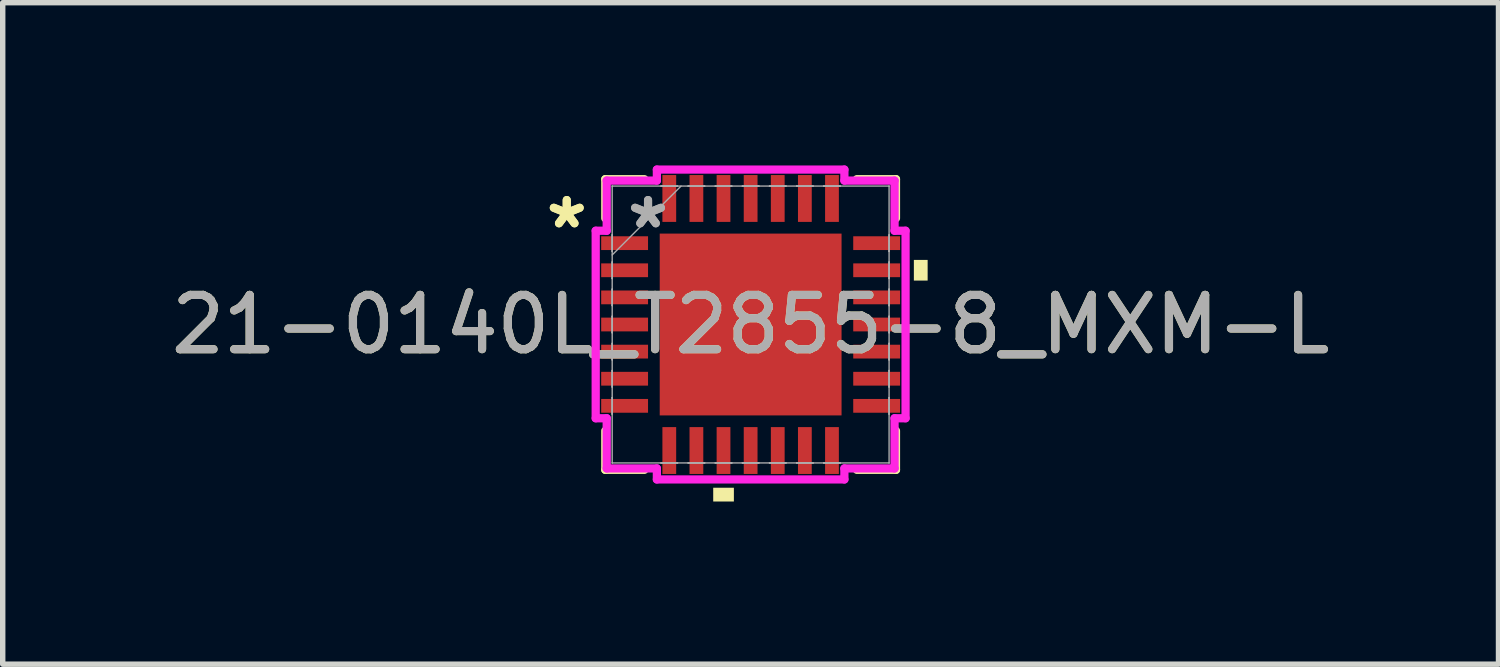
<source format=kicad_pcb>
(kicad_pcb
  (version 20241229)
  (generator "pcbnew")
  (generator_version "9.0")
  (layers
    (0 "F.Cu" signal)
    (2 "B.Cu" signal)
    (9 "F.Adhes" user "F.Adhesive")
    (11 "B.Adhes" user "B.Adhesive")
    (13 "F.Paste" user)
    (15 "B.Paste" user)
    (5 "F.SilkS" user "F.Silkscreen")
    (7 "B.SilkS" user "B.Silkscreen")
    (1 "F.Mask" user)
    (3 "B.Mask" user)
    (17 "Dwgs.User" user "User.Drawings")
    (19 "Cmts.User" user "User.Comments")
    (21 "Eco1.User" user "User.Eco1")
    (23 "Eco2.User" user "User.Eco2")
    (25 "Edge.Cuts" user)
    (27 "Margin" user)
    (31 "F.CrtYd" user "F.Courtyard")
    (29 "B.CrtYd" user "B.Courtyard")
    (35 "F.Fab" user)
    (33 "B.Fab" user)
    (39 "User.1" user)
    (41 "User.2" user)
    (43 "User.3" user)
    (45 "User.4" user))
  (footprint "21-0140L_T2855-8_MXM-L"
    (layer "F.Cu")
    (at 10.792 2.934)
    (property "Reference" "21-0140L_T2855-8_MXM-L" (at 0 0 0) (unlocked yes) (layer "F.SilkS") (effects (font (size 1 1) (thickness 0.15))))
    (attr smd)
    (fp_line (start -2.68 -2.68) (end -2.68 -1.96) (stroke (width 0.152) (type solid)) (layer "F.SilkS"))
    (fp_line (start -2.68 1.96) (end -2.68 2.68) (stroke (width 0.152) (type solid)) (layer "F.SilkS"))
    (fp_line (start -2.68 2.68) (end -1.96 2.68) (stroke (width 0.152) (type solid)) (layer "F.SilkS"))
    (fp_line (start -1.96 -2.68) (end -2.68 -2.68) (stroke (width 0.152) (type solid)) (layer "F.SilkS"))
    (fp_line (start 1.96 2.68) (end 2.68 2.68) (stroke (width 0.152) (type solid)) (layer "F.SilkS"))
    (fp_line (start 2.68 -2.68) (end 1.96 -2.68) (stroke (width 0.152) (type solid)) (layer "F.SilkS"))
    (fp_line (start 2.68 -1.96) (end 2.68 -2.68) (stroke (width 0.152) (type solid)) (layer "F.SilkS"))
    (fp_line (start 2.68 2.68) (end 2.68 1.96) (stroke (width 0.152) (type solid)) (layer "F.SilkS"))
    (fp_poly (pts (xy -0.69 3.01) (xy -0.69 3.264) (xy -0.309 3.264) (xy -0.309 3.01)) (stroke (width 0) (type solid)) (fill yes) (layer "F.SilkS"))
    (fp_poly (pts (xy 3.264 -1.191) (xy 3.264 -0.81) (xy 3.01 -0.81) (xy 3.01 -1.191)) (stroke (width 0) (type solid)) (fill yes) (layer "F.SilkS"))
    (fp_poly (pts (xy -1.576 -1.576) (xy -1.576 -0.1) (xy -0.1 -0.1) (xy -0.1 -1.576)) (stroke (width 0) (type solid)) (fill yes) (layer "F.Paste"))
    (fp_poly (pts (xy -1.576 0.1) (xy -1.576 1.576) (xy -0.1 1.576) (xy -0.1 0.1)) (stroke (width 0) (type solid)) (fill yes) (layer "F.Paste"))
    (fp_poly (pts (xy 0.1 -1.576) (xy 0.1 -0.1) (xy 1.576 -0.1) (xy 1.576 -1.576)) (stroke (width 0) (type solid)) (fill yes) (layer "F.Paste"))
    (fp_poly (pts (xy 0.1 0.1) (xy 0.1 1.576) (xy 1.576 1.576) (xy 1.576 0.1)) (stroke (width 0) (type solid)) (fill yes) (layer "F.Paste"))
    (fp_line (start -2.857 -1.729) (end -2.654 -1.729) (stroke (width 0.152) (type solid)) (layer "F.CrtYd"))
    (fp_line (start -2.857 1.729) (end -2.857 -1.729) (stroke (width 0.152) (type solid)) (layer "F.CrtYd"))
    (fp_line (start -2.654 -2.654) (end -1.729 -2.654) (stroke (width 0.152) (type solid)) (layer "F.CrtYd"))
    (fp_line (start -2.654 -1.729) (end -2.654 -2.654) (stroke (width 0.152) (type solid)) (layer "F.CrtYd"))
    (fp_line (start -2.654 1.729) (end -2.857 1.729) (stroke (width 0.152) (type solid)) (layer "F.CrtYd"))
    (fp_line (start -2.654 2.654) (end -2.654 1.729) (stroke (width 0.152) (type solid)) (layer "F.CrtYd"))
    (fp_line (start -1.729 -2.857) (end 1.729 -2.857) (stroke (width 0.152) (type solid)) (layer "F.CrtYd"))
    (fp_line (start -1.729 -2.654) (end -1.729 -2.857) (stroke (width 0.152) (type solid)) (layer "F.CrtYd"))
    (fp_line (start -1.729 2.654) (end -2.654 2.654) (stroke (width 0.152) (type solid)) (layer "F.CrtYd"))
    (fp_line (start -1.729 2.857) (end -1.729 2.654) (stroke (width 0.152) (type solid)) (layer "F.CrtYd"))
    (fp_line (start 1.729 -2.857) (end 1.729 -2.654) (stroke (width 0.152) (type solid)) (layer "F.CrtYd"))
    (fp_line (start 1.729 -2.654) (end 2.654 -2.654) (stroke (width 0.152) (type solid)) (layer "F.CrtYd"))
    (fp_line (start 1.729 2.654) (end 1.729 2.857) (stroke (width 0.152) (type solid)) (layer "F.CrtYd"))
    (fp_line (start 1.729 2.857) (end -1.729 2.857) (stroke (width 0.152) (type solid)) (layer "F.CrtYd"))
    (fp_line (start 2.654 -2.654) (end 2.654 -1.729) (stroke (width 0.152) (type solid)) (layer "F.CrtYd"))
    (fp_line (start 2.654 -1.729) (end 2.857 -1.729) (stroke (width 0.152) (type solid)) (layer "F.CrtYd"))
    (fp_line (start 2.654 1.729) (end 2.654 2.654) (stroke (width 0.152) (type solid)) (layer "F.CrtYd"))
    (fp_line (start 2.654 2.654) (end 1.729 2.654) (stroke (width 0.152) (type solid)) (layer "F.CrtYd"))
    (fp_line (start 2.857 -1.729) (end 2.857 1.729) (stroke (width 0.152) (type solid)) (layer "F.CrtYd"))
    (fp_line (start 2.857 1.729) (end 2.654 1.729) (stroke (width 0.152) (type solid)) (layer "F.CrtYd"))
    (fp_line (start -2.553 -2.553) (end -2.553 -2.553) (stroke (width 0.025) (type solid)) (layer "F.Fab"))
    (fp_line (start -2.553 -2.553) (end -2.553 2.553) (stroke (width 0.025) (type solid)) (layer "F.Fab"))
    (fp_line (start -2.553 -1.652) (end -2.553 -1.652) (stroke (width 0.025) (type solid)) (layer "F.Fab"))
    (fp_line (start -2.553 -1.652) (end -2.553 -1.348) (stroke (width 0.025) (type solid)) (layer "F.Fab"))
    (fp_line (start -2.553 -1.348) (end -2.553 -1.652) (stroke (width 0.025) (type solid)) (layer "F.Fab"))
    (fp_line (start -2.553 -1.348) (end -2.553 -1.348) (stroke (width 0.025) (type solid)) (layer "F.Fab"))
    (fp_line (start -2.553 -1.283) (end -1.283 -2.553) (stroke (width 0.025) (type solid)) (layer "F.Fab"))
    (fp_line (start -2.553 -1.152) (end -2.553 -1.152) (stroke (width 0.025) (type solid)) (layer "F.Fab"))
    (fp_line (start -2.553 -1.152) (end -2.553 -0.848) (stroke (width 0.025) (type solid)) (layer "F.Fab"))
    (fp_line (start -2.553 -0.848) (end -2.553 -1.152) (stroke (width 0.025) (type solid)) (layer "F.Fab"))
    (fp_line (start -2.553 -0.848) (end -2.553 -0.848) (stroke (width 0.025) (type solid)) (layer "F.Fab"))
    (fp_line (start -2.553 -0.652) (end -2.553 -0.652) (stroke (width 0.025) (type solid)) (layer "F.Fab"))
    (fp_line (start -2.553 -0.652) (end -2.553 -0.348) (stroke (width 0.025) (type solid)) (layer "F.Fab"))
    (fp_line (start -2.553 -0.348) (end -2.553 -0.652) (stroke (width 0.025) (type solid)) (layer "F.Fab"))
    (fp_line (start -2.553 -0.348) (end -2.553 -0.348) (stroke (width 0.025) (type solid)) (layer "F.Fab"))
    (fp_line (start -2.553 -0.152) (end -2.553 -0.152) (stroke (width 0.025) (type solid)) (layer "F.Fab"))
    (fp_line (start -2.553 -0.152) (end -2.553 0.152) (stroke (width 0.025) (type solid)) (layer "F.Fab"))
    (fp_line (start -2.553 0.152) (end -2.553 -0.152) (stroke (width 0.025) (type solid)) (layer "F.Fab"))
    (fp_line (start -2.553 0.152) (end -2.553 0.152) (stroke (width 0.025) (type solid)) (layer "F.Fab"))
    (fp_line (start -2.553 0.348) (end -2.553 0.348) (stroke (width 0.025) (type solid)) (layer "F.Fab"))
    (fp_line (start -2.553 0.348) (end -2.553 0.652) (stroke (width 0.025) (type solid)) (layer "F.Fab"))
    (fp_line (start -2.553 0.652) (end -2.553 0.348) (stroke (width 0.025) (type solid)) (layer "F.Fab"))
    (fp_line (start -2.553 0.652) (end -2.553 0.652) (stroke (width 0.025) (type solid)) (layer "F.Fab"))
    (fp_line (start -2.553 0.848) (end -2.553 0.848) (stroke (width 0.025) (type solid)) (layer "F.Fab"))
    (fp_line (start -2.553 0.848) (end -2.553 1.152) (stroke (width 0.025) (type solid)) (layer "F.Fab"))
    (fp_line (start -2.553 1.152) (end -2.553 0.848) (stroke (width 0.025) (type solid)) (layer "F.Fab"))
    (fp_line (start -2.553 1.152) (end -2.553 1.152) (stroke (width 0.025) (type solid)) (layer "F.Fab"))
    (fp_line (start -2.553 1.348) (end -2.553 1.348) (stroke (width 0.025) (type solid)) (layer "F.Fab"))
    (fp_line (start -2.553 1.348) (end -2.553 1.652) (stroke (width 0.025) (type solid)) (layer "F.Fab"))
    (fp_line (start -2.553 1.652) (end -2.553 1.348) (stroke (width 0.025) (type solid)) (layer "F.Fab"))
    (fp_line (start -2.553 1.652) (end -2.553 1.652) (stroke (width 0.025) (type solid)) (layer "F.Fab"))
    (fp_line (start -2.553 2.553) (end -2.553 2.553) (stroke (width 0.025) (type solid)) (layer "F.Fab"))
    (fp_line (start -2.553 2.553) (end 2.553 2.553) (stroke (width 0.025) (type solid)) (layer "F.Fab"))
    (fp_line (start -1.652 -2.553) (end -1.652 -2.553) (stroke (width 0.025) (type solid)) (layer "F.Fab"))
    (fp_line (start -1.652 -2.553) (end -1.348 -2.553) (stroke (width 0.025) (type solid)) (layer "F.Fab"))
    (fp_line (start -1.652 2.553) (end -1.652 2.553) (stroke (width 0.025) (type solid)) (layer "F.Fab"))
    (fp_line (start -1.652 2.553) (end -1.348 2.553) (stroke (width 0.025) (type solid)) (layer "F.Fab"))
    (fp_line (start -1.348 -2.553) (end -1.652 -2.553) (stroke (width 0.025) (type solid)) (layer "F.Fab"))
    (fp_line (start -1.348 -2.553) (end -1.348 -2.553) (stroke (width 0.025) (type solid)) (layer "F.Fab"))
    (fp_line (start -1.348 2.553) (end -1.652 2.553) (stroke (width 0.025) (type solid)) (layer "F.Fab"))
    (fp_line (start -1.348 2.553) (end -1.348 2.553) (stroke (width 0.025) (type solid)) (layer "F.Fab"))
    (fp_line (start -1.152 -2.553) (end -1.152 -2.553) (stroke (width 0.025) (type solid)) (layer "F.Fab"))
    (fp_line (start -1.152 -2.553) (end -0.848 -2.553) (stroke (width 0.025) (type solid)) (layer "F.Fab"))
    (fp_line (start -1.152 2.553) (end -1.152 2.553) (stroke (width 0.025) (type solid)) (layer "F.Fab"))
    (fp_line (start -1.152 2.553) (end -0.848 2.553) (stroke (width 0.025) (type solid)) (layer "F.Fab"))
    (fp_line (start -0.848 -2.553) (end -1.152 -2.553) (stroke (width 0.025) (type solid)) (layer "F.Fab"))
    (fp_line (start -0.848 -2.553) (end -0.848 -2.553) (stroke (width 0.025) (type solid)) (layer "F.Fab"))
    (fp_line (start -0.848 2.553) (end -1.152 2.553) (stroke (width 0.025) (type solid)) (layer "F.Fab"))
    (fp_line (start -0.848 2.553) (end -0.848 2.553) (stroke (width 0.025) (type solid)) (layer "F.Fab"))
    (fp_line (start -0.652 -2.553) (end -0.652 -2.553) (stroke (width 0.025) (type solid)) (layer "F.Fab"))
    (fp_line (start -0.652 -2.553) (end -0.348 -2.553) (stroke (width 0.025) (type solid)) (layer "F.Fab"))
    (fp_line (start -0.652 2.553) (end -0.652 2.553) (stroke (width 0.025) (type solid)) (layer "F.Fab"))
    (fp_line (start -0.652 2.553) (end -0.348 2.553) (stroke (width 0.025) (type solid)) (layer "F.Fab"))
    (fp_line (start -0.348 -2.553) (end -0.652 -2.553) (stroke (width 0.025) (type solid)) (layer "F.Fab"))
    (fp_line (start -0.348 -2.553) (end -0.348 -2.553) (stroke (width 0.025) (type solid)) (layer "F.Fab"))
    (fp_line (start -0.348 2.553) (end -0.652 2.553) (stroke (width 0.025) (type solid)) (layer "F.Fab"))
    (fp_line (start -0.348 2.553) (end -0.348 2.553) (stroke (width 0.025) (type solid)) (layer "F.Fab"))
    (fp_line (start -0.152 -2.553) (end -0.152 -2.553) (stroke (width 0.025) (type solid)) (layer "F.Fab"))
    (fp_line (start -0.152 -2.553) (end 0.152 -2.553) (stroke (width 0.025) (type solid)) (layer "F.Fab"))
    (fp_line (start -0.152 2.553) (end -0.152 2.553) (stroke (width 0.025) (type solid)) (layer "F.Fab"))
    (fp_line (start -0.152 2.553) (end 0.152 2.553) (stroke (width 0.025) (type solid)) (layer "F.Fab"))
    (fp_line (start 0.152 -2.553) (end -0.152 -2.553) (stroke (width 0.025) (type solid)) (layer "F.Fab"))
    (fp_line (start 0.152 -2.553) (end 0.152 -2.553) (stroke (width 0.025) (type solid)) (layer "F.Fab"))
    (fp_line (start 0.152 2.553) (end -0.152 2.553) (stroke (width 0.025) (type solid)) (layer "F.Fab"))
    (fp_line (start 0.152 2.553) (end 0.152 2.553) (stroke (width 0.025) (type solid)) (layer "F.Fab"))
    (fp_line (start 0.348 -2.553) (end 0.348 -2.553) (stroke (width 0.025) (type solid)) (layer "F.Fab"))
    (fp_line (start 0.348 -2.553) (end 0.652 -2.553) (stroke (width 0.025) (type solid)) (layer "F.Fab"))
    (fp_line (start 0.348 2.553) (end 0.348 2.553) (stroke (width 0.025) (type solid)) (layer "F.Fab"))
    (fp_line (start 0.348 2.553) (end 0.652 2.553) (stroke (width 0.025) (type solid)) (layer "F.Fab"))
    (fp_line (start 0.652 -2.553) (end 0.348 -2.553) (stroke (width 0.025) (type solid)) (layer "F.Fab"))
    (fp_line (start 0.652 -2.553) (end 0.652 -2.553) (stroke (width 0.025) (type solid)) (layer "F.Fab"))
    (fp_line (start 0.652 2.553) (end 0.348 2.553) (stroke (width 0.025) (type solid)) (layer "F.Fab"))
    (fp_line (start 0.652 2.553) (end 0.652 2.553) (stroke (width 0.025) (type solid)) (layer "F.Fab"))
    (fp_line (start 0.848 -2.553) (end 0.848 -2.553) (stroke (width 0.025) (type solid)) (layer "F.Fab"))
    (fp_line (start 0.848 -2.553) (end 1.152 -2.553) (stroke (width 0.025) (type solid)) (layer "F.Fab"))
    (fp_line (start 0.848 2.553) (end 0.848 2.553) (stroke (width 0.025) (type solid)) (layer "F.Fab"))
    (fp_line (start 0.848 2.553) (end 1.152 2.553) (stroke (width 0.025) (type solid)) (layer "F.Fab"))
    (fp_line (start 1.152 -2.553) (end 0.848 -2.553) (stroke (width 0.025) (type solid)) (layer "F.Fab"))
    (fp_line (start 1.152 -2.553) (end 1.152 -2.553) (stroke (width 0.025) (type solid)) (layer "F.Fab"))
    (fp_line (start 1.152 2.553) (end 0.848 2.553) (stroke (width 0.025) (type solid)) (layer "F.Fab"))
    (fp_line (start 1.152 2.553) (end 1.152 2.553) (stroke (width 0.025) (type solid)) (layer "F.Fab"))
    (fp_line (start 1.348 -2.553) (end 1.348 -2.553) (stroke (width 0.025) (type solid)) (layer "F.Fab"))
    (fp_line (start 1.348 -2.553) (end 1.652 -2.553) (stroke (width 0.025) (type solid)) (layer "F.Fab"))
    (fp_line (start 1.348 2.553) (end 1.348 2.553) (stroke (width 0.025) (type solid)) (layer "F.Fab"))
    (fp_line (start 1.348 2.553) (end 1.652 2.553) (stroke (width 0.025) (type solid)) (layer "F.Fab"))
    (fp_line (start 1.652 -2.553) (end 1.348 -2.553) (stroke (width 0.025) (type solid)) (layer "F.Fab"))
    (fp_line (start 1.652 -2.553) (end 1.652 -2.553) (stroke (width 0.025) (type solid)) (layer "F.Fab"))
    (fp_line (start 1.652 2.553) (end 1.348 2.553) (stroke (width 0.025) (type solid)) (layer "F.Fab"))
    (fp_line (start 1.652 2.553) (end 1.652 2.553) (stroke (width 0.025) (type solid)) (layer "F.Fab"))
    (fp_line (start 2.553 -2.553) (end -2.553 -2.553) (stroke (width 0.025) (type solid)) (layer "F.Fab"))
    (fp_line (start 2.553 -2.553) (end 2.553 -2.553) (stroke (width 0.025) (type solid)) (layer "F.Fab"))
    (fp_line (start 2.553 -1.652) (end 2.553 -1.652) (stroke (width 0.025) (type solid)) (layer "F.Fab"))
    (fp_line (start 2.553 -1.652) (end 2.553 -1.348) (stroke (width 0.025) (type solid)) (layer "F.Fab"))
    (fp_line (start 2.553 -1.348) (end 2.553 -1.652) (stroke (width 0.025) (type solid)) (layer "F.Fab"))
    (fp_line (start 2.553 -1.348) (end 2.553 -1.348) (stroke (width 0.025) (type solid)) (layer "F.Fab"))
    (fp_line (start 2.553 -1.152) (end 2.553 -1.152) (stroke (width 0.025) (type solid)) (layer "F.Fab"))
    (fp_line (start 2.553 -1.152) (end 2.553 -0.848) (stroke (width 0.025) (type solid)) (layer "F.Fab"))
    (fp_line (start 2.553 -0.848) (end 2.553 -1.152) (stroke (width 0.025) (type solid)) (layer "F.Fab"))
    (fp_line (start 2.553 -0.848) (end 2.553 -0.848) (stroke (width 0.025) (type solid)) (layer "F.Fab"))
    (fp_line (start 2.553 -0.652) (end 2.553 -0.652) (stroke (width 0.025) (type solid)) (layer "F.Fab"))
    (fp_line (start 2.553 -0.652) (end 2.553 -0.348) (stroke (width 0.025) (type solid)) (layer "F.Fab"))
    (fp_line (start 2.553 -0.348) (end 2.553 -0.652) (stroke (width 0.025) (type solid)) (layer "F.Fab"))
    (fp_line (start 2.553 -0.348) (end 2.553 -0.348) (stroke (width 0.025) (type solid)) (layer "F.Fab"))
    (fp_line (start 2.553 -0.152) (end 2.553 -0.152) (stroke (width 0.025) (type solid)) (layer "F.Fab"))
    (fp_line (start 2.553 -0.152) (end 2.553 0.152) (stroke (width 0.025) (type solid)) (layer "F.Fab"))
    (fp_line (start 2.553 0.152) (end 2.553 -0.152) (stroke (width 0.025) (type solid)) (layer "F.Fab"))
    (fp_line (start 2.553 0.152) (end 2.553 0.152) (stroke (width 0.025) (type solid)) (layer "F.Fab"))
    (fp_line (start 2.553 0.348) (end 2.553 0.348) (stroke (width 0.025) (type solid)) (layer "F.Fab"))
    (fp_line (start 2.553 0.348) (end 2.553 0.652) (stroke (width 0.025) (type solid)) (layer "F.Fab"))
    (fp_line (start 2.553 0.652) (end 2.553 0.348) (stroke (width 0.025) (type solid)) (layer "F.Fab"))
    (fp_line (start 2.553 0.652) (end 2.553 0.652) (stroke (width 0.025) (type solid)) (layer "F.Fab"))
    (fp_line (start 2.553 0.848) (end 2.553 0.848) (stroke (width 0.025) (type solid)) (layer "F.Fab"))
    (fp_line (start 2.553 0.848) (end 2.553 1.152) (stroke (width 0.025) (type solid)) (layer "F.Fab"))
    (fp_line (start 2.553 1.152) (end 2.553 0.848) (stroke (width 0.025) (type solid)) (layer "F.Fab"))
    (fp_line (start 2.553 1.152) (end 2.553 1.152) (stroke (width 0.025) (type solid)) (layer "F.Fab"))
    (fp_line (start 2.553 1.348) (end 2.553 1.348) (stroke (width 0.025) (type solid)) (layer "F.Fab"))
    (fp_line (start 2.553 1.348) (end 2.553 1.652) (stroke (width 0.025) (type solid)) (layer "F.Fab"))
    (fp_line (start 2.553 1.652) (end 2.553 1.348) (stroke (width 0.025) (type solid)) (layer "F.Fab"))
    (fp_line (start 2.553 1.652) (end 2.553 1.652) (stroke (width 0.025) (type solid)) (layer "F.Fab"))
    (fp_line (start 2.553 2.553) (end 2.553 -2.553) (stroke (width 0.025) (type solid)) (layer "F.Fab"))
    (fp_line (start 2.553 2.553) (end 2.553 2.553) (stroke (width 0.025) (type solid)) (layer "F.Fab"))
    (fp_text user "*" (at -3.391 -1.75 0) (unlocked yes) (layer "F.SilkS") (effects (font (size 1 1) (thickness 0.15))))
    (fp_text user "*" (at -3.391 -1.75 0) (layer "F.SilkS") (effects (font (size 1 1) (thickness 0.15))))
    (fp_text user "*" (at -1.892 -1.75 0) (layer "F.Fab") (effects (font (size 1 1) (thickness 0.15))))
    (fp_text user "*" (at -1.892 -1.75 0) (unlocked yes) (layer "F.Fab") (effects (font (size 1 1) (thickness 0.15))))
    (fp_text user "${REFERENCE}" (at 0 0 0) (unlocked yes) (layer "F.Fab") (effects (font (size 1 1) (thickness 0.15))))
    (pad "1" smd rect (at -2.324 -1.5 90) (size 0.254 0.864) (layers "F.Cu" "F.Mask" "F.Paste"))
    (pad "2" smd rect (at -2.324 -1 90) (size 0.254 0.864) (layers "F.Cu" "F.Mask" "F.Paste"))
    (pad "3" smd rect (at -2.324 -0.5 90) (size 0.254 0.864) (layers "F.Cu" "F.Mask" "F.Paste"))
    (pad "4" smd rect (at -2.324 0 90) (size 0.254 0.864) (layers "F.Cu" "F.Mask" "F.Paste"))
    (pad "5" smd rect (at -2.324 0.5 90) (size 0.254 0.864) (layers "F.Cu" "F.Mask" "F.Paste"))
    (pad "6" smd rect (at -2.324 1 90) (size 0.254 0.864) (layers "F.Cu" "F.Mask" "F.Paste"))
    (pad "7" smd rect (at -2.324 1.5 90) (size 0.254 0.864) (layers "F.Cu" "F.Mask" "F.Paste"))
    (pad "8" smd rect (at -1.5 2.324) (size 0.254 0.864) (layers "F.Cu" "F.Mask" "F.Paste"))
    (pad "9" smd rect (at -1 2.324) (size 0.254 0.864) (layers "F.Cu" "F.Mask" "F.Paste"))
    (pad "10" smd rect (at -0.5 2.324) (size 0.254 0.864) (layers "F.Cu" "F.Mask" "F.Paste"))
    (pad "11" smd rect (at 0 2.324) (size 0.254 0.864) (layers "F.Cu" "F.Mask" "F.Paste"))
    (pad "12" smd rect (at 0.5 2.324) (size 0.254 0.864) (layers "F.Cu" "F.Mask" "F.Paste"))
    (pad "13" smd rect (at 1 2.324) (size 0.254 0.864) (layers "F.Cu" "F.Mask" "F.Paste"))
    (pad "14" smd rect (at 1.5 2.324) (size 0.254 0.864) (layers "F.Cu" "F.Mask" "F.Paste"))
    (pad "15" smd rect (at 2.324 1.5 90) (size 0.254 0.864) (layers "F.Cu" "F.Mask" "F.Paste"))
    (pad "16" smd rect (at 2.324 1 90) (size 0.254 0.864) (layers "F.Cu" "F.Mask" "F.Paste"))
    (pad "17" smd rect (at 2.324 0.5 90) (size 0.254 0.864) (layers "F.Cu" "F.Mask" "F.Paste"))
    (pad "18" smd rect (at 2.324 0 90) (size 0.254 0.864) (layers "F.Cu" "F.Mask" "F.Paste"))
    (pad "19" smd rect (at 2.324 -0.5 90) (size 0.254 0.864) (layers "F.Cu" "F.Mask" "F.Paste"))
    (pad "20" smd rect (at 2.324 -1 90) (size 0.254 0.864) (layers "F.Cu" "F.Mask" "F.Paste"))
    (pad "21" smd rect (at 2.324 -1.5 90) (size 0.254 0.864) (layers "F.Cu" "F.Mask" "F.Paste"))
    (pad "22" smd rect (at 1.5 -2.324) (size 0.254 0.864) (layers "F.Cu" "F.Mask" "F.Paste"))
    (pad "23" smd rect (at 1 -2.324) (size 0.254 0.864) (layers "F.Cu" "F.Mask" "F.Paste"))
    (pad "24" smd rect (at 0.5 -2.324) (size 0.254 0.864) (layers "F.Cu" "F.Mask" "F.Paste"))
    (pad "25" smd rect (at 0 -2.324) (size 0.254 0.864) (layers "F.Cu" "F.Mask" "F.Paste"))
    (pad "26" smd rect (at -0.5 -2.324) (size 0.254 0.864) (layers "F.Cu" "F.Mask" "F.Paste"))
    (pad "27" smd rect (at -1 -2.324) (size 0.254 0.864) (layers "F.Cu" "F.Mask" "F.Paste"))
    (pad "28" smd rect (at -1.5 -2.324) (size 0.254 0.864) (layers "F.Cu" "F.Mask" "F.Paste"))
    (pad "29" smd rect (at 0 0) (size 3.353 3.353) (layers "F.Cu" "F.Mask")))
  (gr_rect
    (start -3 -3)
    (end 24.583 9.198)
    (stroke (width 0.1) (type default))
    (fill no)
    (layer "Edge.Cuts")))
</source>
